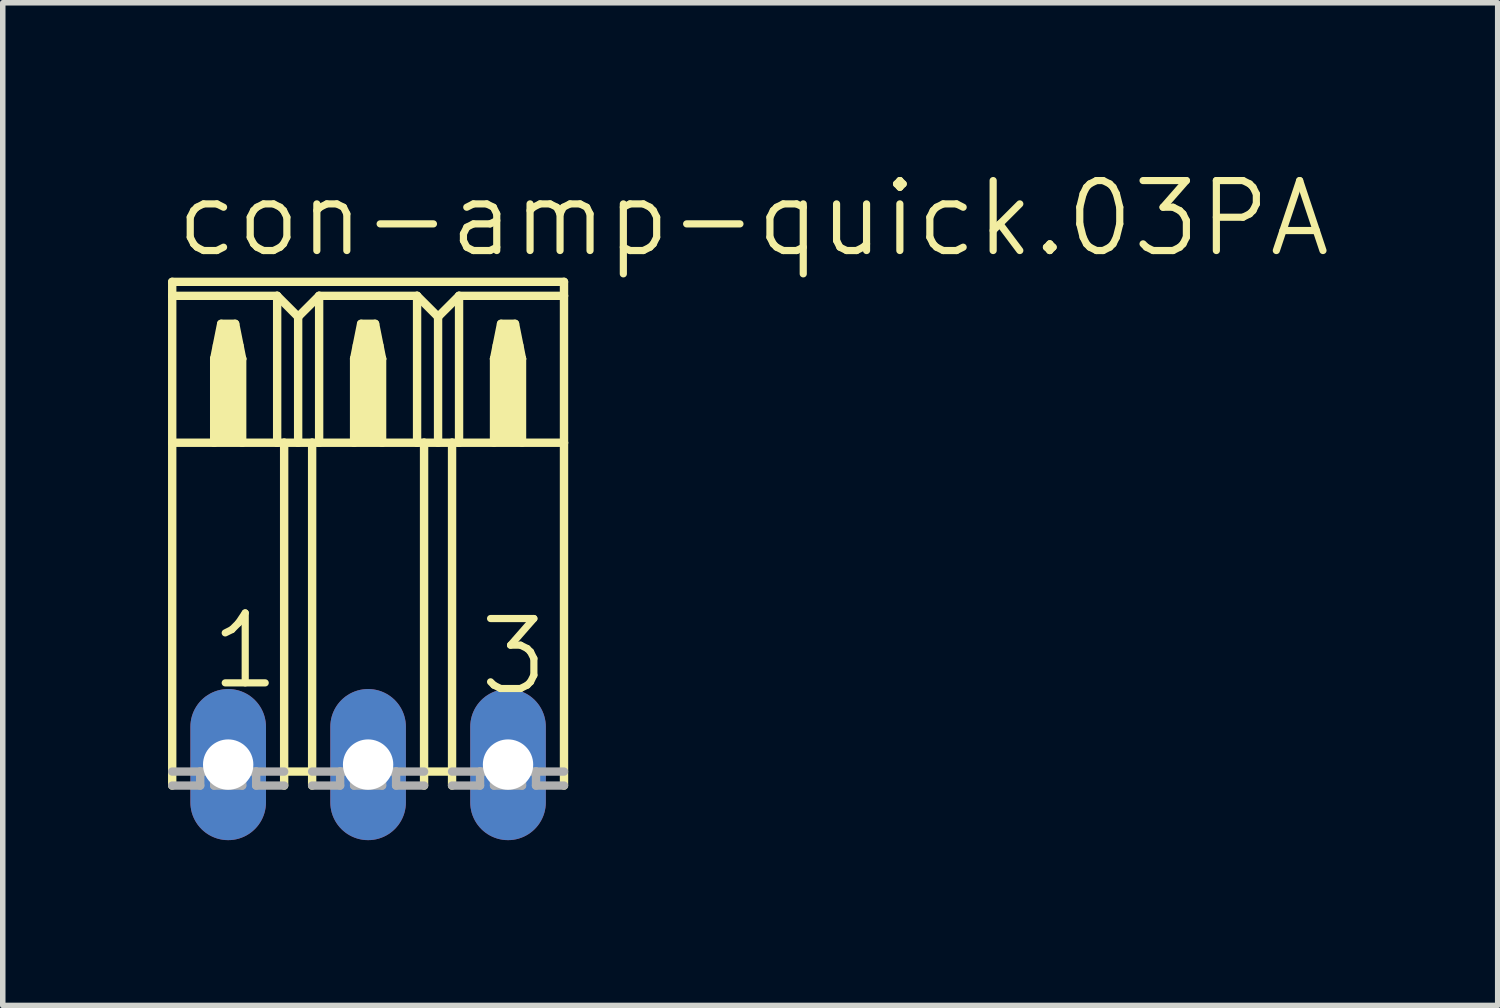
<source format=kicad_pcb>
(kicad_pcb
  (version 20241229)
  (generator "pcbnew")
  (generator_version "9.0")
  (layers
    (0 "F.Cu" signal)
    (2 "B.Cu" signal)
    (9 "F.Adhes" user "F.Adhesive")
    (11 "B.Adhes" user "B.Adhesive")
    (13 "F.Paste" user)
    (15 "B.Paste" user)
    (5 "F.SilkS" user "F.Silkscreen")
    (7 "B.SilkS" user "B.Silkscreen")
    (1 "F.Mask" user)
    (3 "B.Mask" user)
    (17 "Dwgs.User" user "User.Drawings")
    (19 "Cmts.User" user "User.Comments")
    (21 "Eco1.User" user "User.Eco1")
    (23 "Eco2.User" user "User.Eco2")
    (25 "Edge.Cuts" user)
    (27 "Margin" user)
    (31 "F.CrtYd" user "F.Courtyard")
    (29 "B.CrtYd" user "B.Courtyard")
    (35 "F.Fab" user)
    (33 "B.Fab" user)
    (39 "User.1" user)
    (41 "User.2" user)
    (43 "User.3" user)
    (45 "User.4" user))
  (footprint "con-amp-quick.03PA"
    (layer "F.Cu")
    (at 3.632 10.829)
    (property "Reference" "con-amp-quick.03PA" (at -3.556 -9.169 0) (layer "F.SilkS") (effects (font (size 1.27 1.27) (thickness 0.13)) (justify left bottom)))
    (attr through_hole)
    (fp_line (start -3.556 -8.763) (end -3.556 -8.509) (stroke (width 0.152) (type default)) (layer "F.SilkS"))
    (fp_line (start -3.556 -8.763) (end 3.556 -8.763) (stroke (width 0.152) (type default)) (layer "F.SilkS"))
    (fp_line (start -3.556 -8.509) (end -3.556 -5.842) (stroke (width 0.152) (type default)) (layer "F.SilkS"))
    (fp_line (start -3.556 -8.509) (end -1.651 -8.509) (stroke (width 0.152) (type default)) (layer "F.SilkS"))
    (fp_line (start -3.556 -5.842) (end -3.556 0.381) (stroke (width 0.152) (type default)) (layer "F.SilkS"))
    (fp_line (start -3.556 -5.842) (end -2.794 -5.842) (stroke (width 0.152) (type default)) (layer "F.SilkS"))
    (fp_line (start -2.794 -7.366) (end -2.794 -5.842) (stroke (width 0.152) (type default)) (layer "F.SilkS"))
    (fp_line (start -2.794 -7.366) (end -2.667 -8.001) (stroke (width 0.152) (type default)) (layer "F.SilkS"))
    (fp_line (start -2.794 -5.842) (end -2.286 -5.842) (stroke (width 0.152) (type default)) (layer "F.SilkS"))
    (fp_line (start -2.667 -8.001) (end -2.413 -8.001) (stroke (width 0.152) (type default)) (layer "F.SilkS"))
    (fp_line (start -2.413 -8.001) (end -2.286 -7.366) (stroke (width 0.152) (type default)) (layer "F.SilkS"))
    (fp_line (start -2.286 -7.366) (end -2.794 -7.366) (stroke (width 0.152) (type default)) (layer "F.SilkS"))
    (fp_line (start -2.286 -7.366) (end -2.286 -5.842) (stroke (width 0.152) (type default)) (layer "F.SilkS"))
    (fp_line (start -2.286 -5.842) (end -1.651 -5.842) (stroke (width 0.152) (type default)) (layer "F.SilkS"))
    (fp_line (start -1.651 -8.509) (end -1.651 -5.842) (stroke (width 0.152) (type default)) (layer "F.SilkS"))
    (fp_line (start -1.651 -8.509) (end -1.27 -8.128) (stroke (width 0.152) (type default)) (layer "F.SilkS"))
    (fp_line (start -1.651 -5.842) (end -1.524 -5.842) (stroke (width 0.152) (type default)) (layer "F.SilkS"))
    (fp_line (start -1.524 -5.842) (end -1.524 0.127) (stroke (width 0.152) (type default)) (layer "F.SilkS"))
    (fp_line (start -1.524 -5.842) (end -1.27 -5.842) (stroke (width 0.152) (type default)) (layer "F.SilkS"))
    (fp_line (start -1.524 0.127) (end -1.524 0.381) (stroke (width 0.152) (type default)) (layer "F.SilkS"))
    (fp_line (start -1.27 -8.128) (end -1.27 -5.842) (stroke (width 0.152) (type default)) (layer "F.SilkS"))
    (fp_line (start -1.27 -8.128) (end -0.889 -8.509) (stroke (width 0.152) (type default)) (layer "F.SilkS"))
    (fp_line (start -1.27 -5.842) (end -1.016 -5.842) (stroke (width 0.152) (type default)) (layer "F.SilkS"))
    (fp_line (start -1.016 -5.842) (end -1.016 0.127) (stroke (width 0.152) (type default)) (layer "F.SilkS"))
    (fp_line (start -1.016 -5.842) (end -0.889 -5.842) (stroke (width 0.152) (type default)) (layer "F.SilkS"))
    (fp_line (start -1.016 0.127) (end -1.524 0.127) (stroke (width 0.152) (type default)) (layer "F.SilkS"))
    (fp_line (start -1.016 0.127) (end -1.016 0.381) (stroke (width 0.152) (type default)) (layer "F.SilkS"))
    (fp_line (start -0.889 -8.509) (end -0.889 -5.842) (stroke (width 0.152) (type default)) (layer "F.SilkS"))
    (fp_line (start -0.889 -8.509) (end 0.889 -8.509) (stroke (width 0.152) (type default)) (layer "F.SilkS"))
    (fp_line (start -0.889 -5.842) (end -0.254 -5.842) (stroke (width 0.152) (type default)) (layer "F.SilkS"))
    (fp_line (start -0.254 -7.366) (end -0.254 -5.842) (stroke (width 0.152) (type default)) (layer "F.SilkS"))
    (fp_line (start -0.254 -7.366) (end -0.127 -8.001) (stroke (width 0.152) (type default)) (layer "F.SilkS"))
    (fp_line (start -0.254 -5.842) (end 0.254 -5.842) (stroke (width 0.152) (type default)) (layer "F.SilkS"))
    (fp_line (start -0.127 -8.001) (end 0.127 -8.001) (stroke (width 0.152) (type default)) (layer "F.SilkS"))
    (fp_line (start 0.127 -8.001) (end 0.254 -7.366) (stroke (width 0.152) (type default)) (layer "F.SilkS"))
    (fp_line (start 0.254 -7.366) (end -0.254 -7.366) (stroke (width 0.152) (type default)) (layer "F.SilkS"))
    (fp_line (start 0.254 -7.366) (end 0.254 -5.842) (stroke (width 0.152) (type default)) (layer "F.SilkS"))
    (fp_line (start 0.254 -5.842) (end 0.889 -5.842) (stroke (width 0.152) (type default)) (layer "F.SilkS"))
    (fp_line (start 0.889 -8.509) (end 0.889 -5.842) (stroke (width 0.152) (type default)) (layer "F.SilkS"))
    (fp_line (start 0.889 -8.509) (end 1.27 -8.128) (stroke (width 0.152) (type default)) (layer "F.SilkS"))
    (fp_line (start 0.889 -5.842) (end 1.016 -5.842) (stroke (width 0.152) (type default)) (layer "F.SilkS"))
    (fp_line (start 1.016 -5.842) (end 1.016 0.127) (stroke (width 0.152) (type default)) (layer "F.SilkS"))
    (fp_line (start 1.016 -5.842) (end 1.27 -5.842) (stroke (width 0.152) (type default)) (layer "F.SilkS"))
    (fp_line (start 1.016 0.127) (end 1.016 0.381) (stroke (width 0.152) (type default)) (layer "F.SilkS"))
    (fp_line (start 1.27 -8.128) (end 1.27 -5.842) (stroke (width 0.152) (type default)) (layer "F.SilkS"))
    (fp_line (start 1.27 -8.128) (end 1.651 -8.509) (stroke (width 0.152) (type default)) (layer "F.SilkS"))
    (fp_line (start 1.27 -5.842) (end 1.524 -5.842) (stroke (width 0.152) (type default)) (layer "F.SilkS"))
    (fp_line (start 1.524 -5.842) (end 1.524 0.127) (stroke (width 0.152) (type default)) (layer "F.SilkS"))
    (fp_line (start 1.524 -5.842) (end 1.651 -5.842) (stroke (width 0.152) (type default)) (layer "F.SilkS"))
    (fp_line (start 1.524 0.127) (end 1.016 0.127) (stroke (width 0.152) (type default)) (layer "F.SilkS"))
    (fp_line (start 1.524 0.127) (end 1.524 0.381) (stroke (width 0.152) (type default)) (layer "F.SilkS"))
    (fp_line (start 1.651 -8.509) (end 1.651 -5.842) (stroke (width 0.152) (type default)) (layer "F.SilkS"))
    (fp_line (start 1.651 -8.509) (end 3.556 -8.509) (stroke (width 0.152) (type default)) (layer "F.SilkS"))
    (fp_line (start 1.651 -5.842) (end 3.556 -5.842) (stroke (width 0.152) (type default)) (layer "F.SilkS"))
    (fp_line (start 2.286 -7.366) (end 2.286 -5.842) (stroke (width 0.152) (type default)) (layer "F.SilkS"))
    (fp_line (start 2.286 -7.366) (end 2.413 -8.001) (stroke (width 0.152) (type default)) (layer "F.SilkS"))
    (fp_line (start 2.413 -8.001) (end 2.667 -8.001) (stroke (width 0.152) (type default)) (layer "F.SilkS"))
    (fp_line (start 2.667 -8.001) (end 2.794 -7.366) (stroke (width 0.152) (type default)) (layer "F.SilkS"))
    (fp_line (start 2.794 -7.366) (end 2.286 -7.366) (stroke (width 0.152) (type default)) (layer "F.SilkS"))
    (fp_line (start 2.794 -7.366) (end 2.794 -5.842) (stroke (width 0.152) (type default)) (layer "F.SilkS"))
    (fp_line (start 3.556 -8.509) (end 3.556 -8.763) (stroke (width 0.152) (type default)) (layer "F.SilkS"))
    (fp_line (start 3.556 -8.509) (end 3.556 -5.842) (stroke (width 0.152) (type default)) (layer "F.SilkS"))
    (fp_line (start 3.556 -5.842) (end 3.556 0.381) (stroke (width 0.152) (type default)) (layer "F.SilkS"))
    (fp_rect (start -2.794 -7.366) (end -2.667 -7.62) (stroke (width 0.05) (type default)) (fill yes) (layer "F.SilkS"))
    (fp_rect (start -2.794 -5.842) (end -2.286 -7.366) (stroke (width 0.05) (type default)) (fill yes) (layer "F.SilkS"))
    (fp_rect (start -2.667 -7.366) (end -2.413 -8.001) (stroke (width 0.05) (type default)) (fill yes) (layer "F.SilkS"))
    (fp_rect (start -2.413 -7.366) (end -2.286 -7.62) (stroke (width 0.05) (type default)) (fill yes) (layer "F.SilkS"))
    (fp_rect (start -0.254 -7.366) (end -0.127 -7.62) (stroke (width 0.05) (type default)) (fill yes) (layer "F.SilkS"))
    (fp_rect (start -0.254 -5.842) (end 0.254 -7.366) (stroke (width 0.05) (type default)) (fill yes) (layer "F.SilkS"))
    (fp_rect (start -0.127 -7.366) (end 0.127 -8.001) (stroke (width 0.05) (type default)) (fill yes) (layer "F.SilkS"))
    (fp_rect (start 0.127 -7.366) (end 0.254 -7.62) (stroke (width 0.05) (type default)) (fill yes) (layer "F.SilkS"))
    (fp_rect (start 2.286 -7.366) (end 2.413 -7.62) (stroke (width 0.05) (type default)) (fill yes) (layer "F.SilkS"))
    (fp_rect (start 2.286 -5.842) (end 2.794 -7.366) (stroke (width 0.05) (type default)) (fill yes) (layer "F.SilkS"))
    (fp_rect (start 2.413 -7.366) (end 2.667 -8.001) (stroke (width 0.05) (type default)) (fill yes) (layer "F.SilkS"))
    (fp_rect (start 2.667 -7.366) (end 2.794 -7.62) (stroke (width 0.05) (type default)) (fill yes) (layer "F.SilkS"))
    (fp_line (start -3.556 0.127) (end -3.048 0.127) (stroke (width 0.152) (type default)) (layer "F.Fab"))
    (fp_line (start -3.048 0.381) (end -3.556 0.381) (stroke (width 0.152) (type default)) (layer "F.Fab"))
    (fp_line (start -3.048 0.381) (end -3.048 0.127) (stroke (width 0.152) (type default)) (layer "F.Fab"))
    (fp_line (start -2.794 0.127) (end -3.048 0.127) (stroke (width 0.152) (type default)) (layer "F.Fab"))
    (fp_line (start -2.794 0.381) (end -2.794 0.127) (stroke (width 0.152) (type default)) (layer "F.Fab"))
    (fp_line (start -2.286 0.381) (end -2.794 0.381) (stroke (width 0.152) (type default)) (layer "F.Fab"))
    (fp_line (start -2.286 0.381) (end -2.286 0.127) (stroke (width 0.152) (type default)) (layer "F.Fab"))
    (fp_line (start -2.032 0.127) (end -2.286 0.127) (stroke (width 0.152) (type default)) (layer "F.Fab"))
    (fp_line (start -2.032 0.381) (end -2.032 0.127) (stroke (width 0.152) (type default)) (layer "F.Fab"))
    (fp_line (start -1.524 0.127) (end -2.032 0.127) (stroke (width 0.152) (type default)) (layer "F.Fab"))
    (fp_line (start -1.524 0.381) (end -2.032 0.381) (stroke (width 0.152) (type default)) (layer "F.Fab"))
    (fp_line (start -1.016 0.127) (end -0.508 0.127) (stroke (width 0.152) (type default)) (layer "F.Fab"))
    (fp_line (start -0.508 0.381) (end -1.016 0.381) (stroke (width 0.152) (type default)) (layer "F.Fab"))
    (fp_line (start -0.508 0.381) (end -0.508 0.127) (stroke (width 0.152) (type default)) (layer "F.Fab"))
    (fp_line (start -0.254 0.127) (end -0.508 0.127) (stroke (width 0.152) (type default)) (layer "F.Fab"))
    (fp_line (start -0.254 0.381) (end -0.254 0.127) (stroke (width 0.152) (type default)) (layer "F.Fab"))
    (fp_line (start 0.254 0.381) (end -0.254 0.381) (stroke (width 0.152) (type default)) (layer "F.Fab"))
    (fp_line (start 0.254 0.381) (end 0.254 0.127) (stroke (width 0.152) (type default)) (layer "F.Fab"))
    (fp_line (start 0.508 0.127) (end 0.254 0.127) (stroke (width 0.152) (type default)) (layer "F.Fab"))
    (fp_line (start 0.508 0.381) (end 0.508 0.127) (stroke (width 0.152) (type default)) (layer "F.Fab"))
    (fp_line (start 1.016 0.127) (end 0.508 0.127) (stroke (width 0.152) (type default)) (layer "F.Fab"))
    (fp_line (start 1.016 0.381) (end 0.508 0.381) (stroke (width 0.152) (type default)) (layer "F.Fab"))
    (fp_line (start 1.524 0.127) (end 2.032 0.127) (stroke (width 0.152) (type default)) (layer "F.Fab"))
    (fp_line (start 2.032 0.381) (end 1.524 0.381) (stroke (width 0.152) (type default)) (layer "F.Fab"))
    (fp_line (start 2.032 0.381) (end 2.032 0.127) (stroke (width 0.152) (type default)) (layer "F.Fab"))
    (fp_line (start 2.286 0.127) (end 2.032 0.127) (stroke (width 0.152) (type default)) (layer "F.Fab"))
    (fp_line (start 2.286 0.381) (end 2.286 0.127) (stroke (width 0.152) (type default)) (layer "F.Fab"))
    (fp_line (start 2.794 0.381) (end 2.286 0.381) (stroke (width 0.152) (type default)) (layer "F.Fab"))
    (fp_line (start 2.794 0.381) (end 2.794 0.127) (stroke (width 0.152) (type default)) (layer "F.Fab"))
    (fp_line (start 3.048 0.127) (end 2.794 0.127) (stroke (width 0.152) (type default)) (layer "F.Fab"))
    (fp_line (start 3.048 0.381) (end 3.048 0.127) (stroke (width 0.152) (type default)) (layer "F.Fab"))
    (fp_line (start 3.556 0.127) (end 3.048 0.127) (stroke (width 0.152) (type default)) (layer "F.Fab"))
    (fp_line (start 3.556 0.381) (end 3.048 0.381) (stroke (width 0.152) (type default)) (layer "F.Fab"))
    (fp_text user "3" (at 1.956 -1.219 0) (layer "F.SilkS") (effects (font (size 1.27 1.27) (thickness 0.13)) (justify left bottom)))
    (fp_text user "1" (at -2.921 -1.321 0) (layer "F.SilkS") (effects (font (size 1.27 1.27) (thickness 0.13)) (justify left bottom)))
    (pad "1" thru_hole oval (at -2.54 0 90) (size 2.743 1.372) (drill 0.914) (layers "*.Cu" "*.Mask"))
    (pad "2" thru_hole oval (at 0 0 90) (size 2.743 1.372) (drill 0.914) (layers "*.Cu" "*.Mask"))
    (pad "3" thru_hole oval (at 2.54 0 90) (size 2.743 1.372) (drill 0.914) (layers "*.Cu" "*.Mask")))
  (gr_rect
    (start -3 -3)
    (end 24.137 15.201)
    (stroke (width 0.1) (type default))
    (fill no)
    (layer "Edge.Cuts")))
</source>
